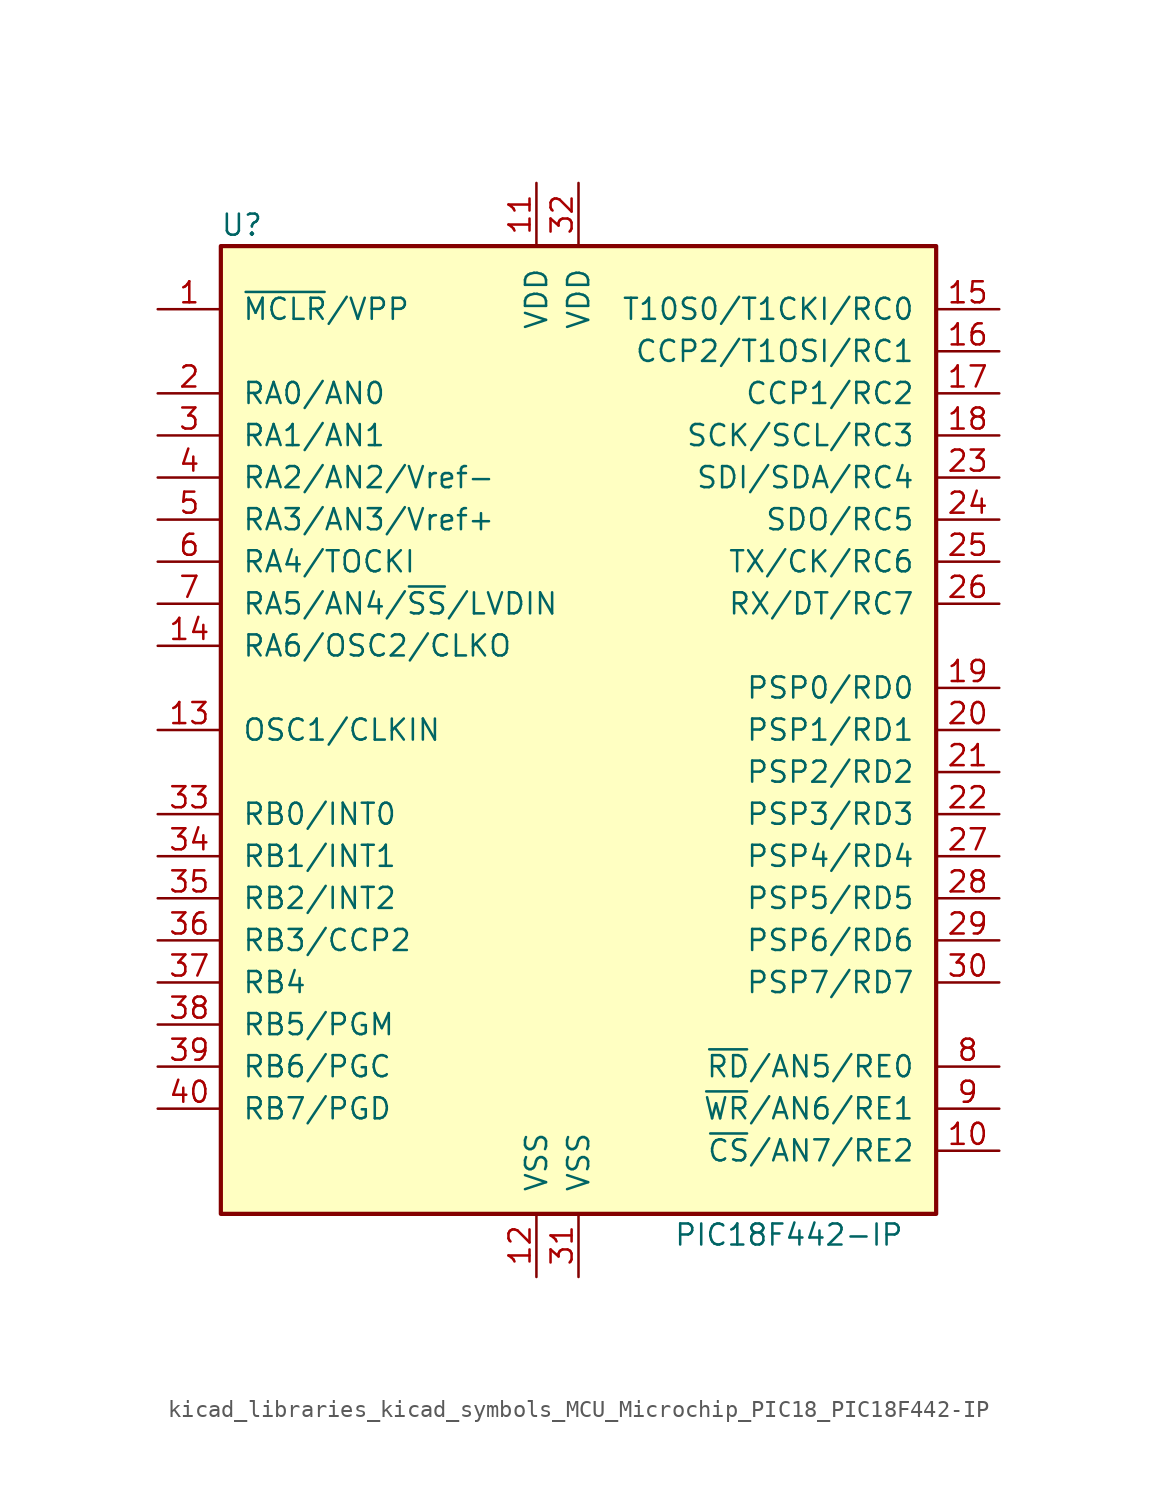
<source format=kicad_sym>
(kicad_symbol_lib
  (version 20220914)
  (generator kicad_symbol_editor)
  (symbol "kicad_libraries_kicad_symbols_MCU_Microchip_PIC18_PIC18F442-IP"
    (pin_names
      (offset 1.27))
    (property "Reference" "U"
      (at -20.32 30.48 0)
      (effects (font (size 1.27 1.27))))
    (property "Value" "PIC18F442-IP"
      (at 12.7 -30.48 0)
      (effects (font (size 1.27 1.27))))
    (symbol "kicad_libraries_kicad_symbols_MCU_Microchip_PIC18_PIC18F442-IP_0_1"
      (rectangle (start -21.59 -29.21) (end 21.59 29.21) (stroke (width 0.254) (type default)) (fill (type background))))
    (symbol "kicad_libraries_kicad_symbols_MCU_Microchip_PIC18_PIC18F442-IP_1_1"
      (pin input line (at -25.4 25.4 0) (length 3.81) (name "~{MCLR}/VPP" (effects (font (size 1.27 1.27)))) (number "1" (effects (font (size 1.27 1.27)))))
      (pin bidirectional line (at 25.4 -25.4 180) (length 3.81) (name "~{CS}/AN7/RE2" (effects (font (size 1.27 1.27)))) (number "10" (effects (font (size 1.27 1.27)))))
      (pin power_in line (at -2.54 33.02 270) (length 3.81) (name "VDD" (effects (font (size 1.27 1.27)))) (number "11" (effects (font (size 1.27 1.27)))))
      (pin power_in line (at -2.54 -33.02 90) (length 3.81) (name "VSS" (effects (font (size 1.27 1.27)))) (number "12" (effects (font (size 1.27 1.27)))))
      (pin input line (at -25.4 0 0) (length 3.81) (name "OSC1/CLKIN" (effects (font (size 1.27 1.27)))) (number "13" (effects (font (size 1.27 1.27)))))
      (pin output line (at -25.4 5.08 0) (length 3.81) (name "RA6/OSC2/CLKO" (effects (font (size 1.27 1.27)))) (number "14" (effects (font (size 1.27 1.27)))))
      (pin bidirectional line (at 25.4 25.4 180) (length 3.81) (name "T10S0/T1CKI/RC0" (effects (font (size 1.27 1.27)))) (number "15" (effects (font (size 1.27 1.27)))))
      (pin bidirectional line (at 25.4 22.86 180) (length 3.81) (name "CCP2/T1OSI/RC1" (effects (font (size 1.27 1.27)))) (number "16" (effects (font (size 1.27 1.27)))))
      (pin bidirectional line (at 25.4 20.32 180) (length 3.81) (name "CCP1/RC2" (effects (font (size 1.27 1.27)))) (number "17" (effects (font (size 1.27 1.27)))))
      (pin bidirectional line (at 25.4 17.78 180) (length 3.81) (name "SCK/SCL/RC3" (effects (font (size 1.27 1.27)))) (number "18" (effects (font (size 1.27 1.27)))))
      (pin bidirectional line (at 25.4 2.54 180) (length 3.81) (name "PSP0/RD0" (effects (font (size 1.27 1.27)))) (number "19" (effects (font (size 1.27 1.27)))))
      (pin bidirectional line (at -25.4 20.32 0) (length 3.81) (name "RA0/AN0" (effects (font (size 1.27 1.27)))) (number "2" (effects (font (size 1.27 1.27)))))
      (pin bidirectional line (at 25.4 0 180) (length 3.81) (name "PSP1/RD1" (effects (font (size 1.27 1.27)))) (number "20" (effects (font (size 1.27 1.27)))))
      (pin bidirectional line (at 25.4 -2.54 180) (length 3.81) (name "PSP2/RD2" (effects (font (size 1.27 1.27)))) (number "21" (effects (font (size 1.27 1.27)))))
      (pin bidirectional line (at 25.4 -5.08 180) (length 3.81) (name "PSP3/RD3" (effects (font (size 1.27 1.27)))) (number "22" (effects (font (size 1.27 1.27)))))
      (pin bidirectional line (at 25.4 15.24 180) (length 3.81) (name "SDI/SDA/RC4" (effects (font (size 1.27 1.27)))) (number "23" (effects (font (size 1.27 1.27)))))
      (pin bidirectional line (at 25.4 12.7 180) (length 3.81) (name "SDO/RC5" (effects (font (size 1.27 1.27)))) (number "24" (effects (font (size 1.27 1.27)))))
      (pin bidirectional line (at 25.4 10.16 180) (length 3.81) (name "TX/CK/RC6" (effects (font (size 1.27 1.27)))) (number "25" (effects (font (size 1.27 1.27)))))
      (pin bidirectional line (at 25.4 7.62 180) (length 3.81) (name "RX/DT/RC7" (effects (font (size 1.27 1.27)))) (number "26" (effects (font (size 1.27 1.27)))))
      (pin bidirectional line (at 25.4 -7.62 180) (length 3.81) (name "PSP4/RD4" (effects (font (size 1.27 1.27)))) (number "27" (effects (font (size 1.27 1.27)))))
      (pin bidirectional line (at 25.4 -10.16 180) (length 3.81) (name "PSP5/RD5" (effects (font (size 1.27 1.27)))) (number "28" (effects (font (size 1.27 1.27)))))
      (pin bidirectional line (at 25.4 -12.7 180) (length 3.81) (name "PSP6/RD6" (effects (font (size 1.27 1.27)))) (number "29" (effects (font (size 1.27 1.27)))))
      (pin bidirectional line (at -25.4 17.78 0) (length 3.81) (name "RA1/AN1" (effects (font (size 1.27 1.27)))) (number "3" (effects (font (size 1.27 1.27)))))
      (pin bidirectional line (at 25.4 -15.24 180) (length 3.81) (name "PSP7/RD7" (effects (font (size 1.27 1.27)))) (number "30" (effects (font (size 1.27 1.27)))))
      (pin power_in line (at 0 -33.02 90) (length 3.81) (name "VSS" (effects (font (size 1.27 1.27)))) (number "31" (effects (font (size 1.27 1.27)))))
      (pin power_in line (at 0 33.02 270) (length 3.81) (name "VDD" (effects (font (size 1.27 1.27)))) (number "32" (effects (font (size 1.27 1.27)))))
      (pin bidirectional line (at -25.4 -5.08 0) (length 3.81) (name "RB0/INT0" (effects (font (size 1.27 1.27)))) (number "33" (effects (font (size 1.27 1.27)))))
      (pin bidirectional line (at -25.4 -7.62 0) (length 3.81) (name "RB1/INT1" (effects (font (size 1.27 1.27)))) (number "34" (effects (font (size 1.27 1.27)))))
      (pin bidirectional line (at -25.4 -10.16 0) (length 3.81) (name "RB2/INT2" (effects (font (size 1.27 1.27)))) (number "35" (effects (font (size 1.27 1.27)))))
      (pin bidirectional line (at -25.4 -12.7 0) (length 3.81) (name "RB3/CCP2" (effects (font (size 1.27 1.27)))) (number "36" (effects (font (size 1.27 1.27)))))
      (pin bidirectional line (at -25.4 -15.24 0) (length 3.81) (name "RB4" (effects (font (size 1.27 1.27)))) (number "37" (effects (font (size 1.27 1.27)))))
      (pin bidirectional line (at -25.4 -17.78 0) (length 3.81) (name "RB5/PGM" (effects (font (size 1.27 1.27)))) (number "38" (effects (font (size 1.27 1.27)))))
      (pin bidirectional line (at -25.4 -20.32 0) (length 3.81) (name "RB6/PGC" (effects (font (size 1.27 1.27)))) (number "39" (effects (font (size 1.27 1.27)))))
      (pin bidirectional line (at -25.4 15.24 0) (length 3.81) (name "RA2/AN2/Vref-" (effects (font (size 1.27 1.27)))) (number "4" (effects (font (size 1.27 1.27)))))
      (pin bidirectional line (at -25.4 -22.86 0) (length 3.81) (name "RB7/PGD" (effects (font (size 1.27 1.27)))) (number "40" (effects (font (size 1.27 1.27)))))
      (pin bidirectional line (at -25.4 12.7 0) (length 3.81) (name "RA3/AN3/Vref+" (effects (font (size 1.27 1.27)))) (number "5" (effects (font (size 1.27 1.27)))))
      (pin bidirectional line (at -25.4 10.16 0) (length 3.81) (name "RA4/TOCKI" (effects (font (size 1.27 1.27)))) (number "6" (effects (font (size 1.27 1.27)))))
      (pin bidirectional line (at -25.4 7.62 0) (length 3.81) (name "RA5/AN4/~{SS}/LVDIN" (effects (font (size 1.27 1.27)))) (number "7" (effects (font (size 1.27 1.27)))))
      (pin bidirectional line (at 25.4 -20.32 180) (length 3.81) (name "~{RD}/AN5/RE0" (effects (font (size 1.27 1.27)))) (number "8" (effects (font (size 1.27 1.27)))))
      (pin bidirectional line (at 25.4 -22.86 180) (length 3.81) (name "~{WR}/AN6/RE1" (effects (font (size 1.27 1.27)))) (number "9" (effects (font (size 1.27 1.27))))))))
</source>
